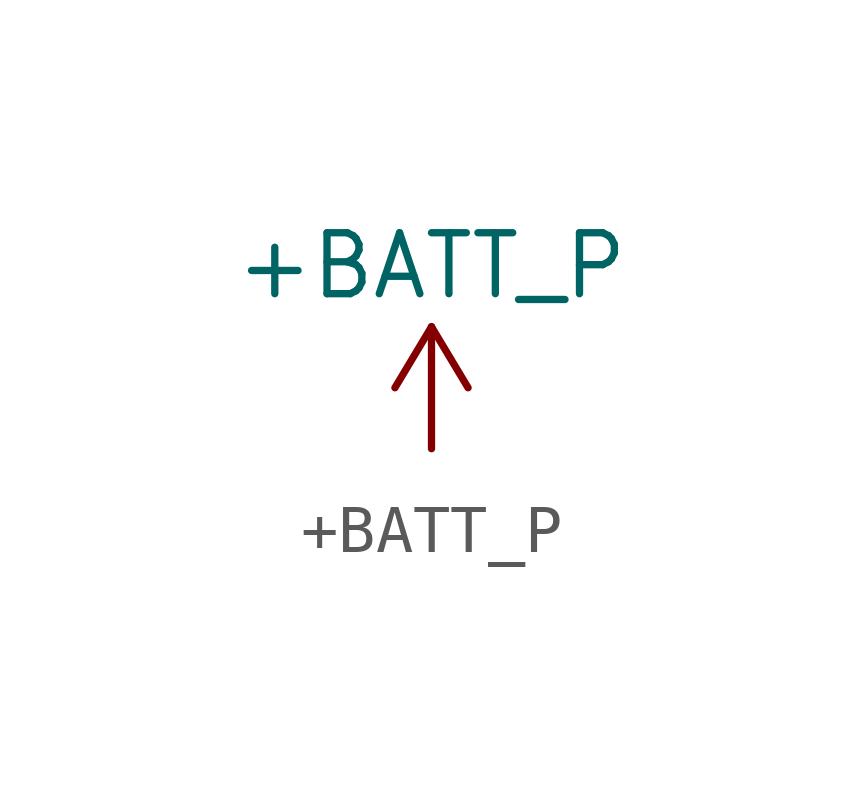
<source format=kicad_sym>
(kicad_symbol_lib
  (version 20231120)
  (generator "kicad_symbol_editor")
  (generator_version "8.0")
  (symbol "+BATT_P"
    (power)
    (property "Reference" "#PWR"
      (at 0 3.81 0)
      (effects (font (size 1.27 1.27)) (hide yes)))
    (property "Value" "+BATT_P"
      (at 0 1.27 0)
      (effects (font (size 1.27 1.27))))
    (symbol "+BATT_P_0_1"
      (polyline (pts (xy -0.762 -1.27) (xy 0 0)) (stroke (width 0) (type default)) (fill (type none)))
      (polyline (pts (xy 0 -2.54) (xy 0 0)) (stroke (width 0) (type default)) (fill (type none)))
      (polyline (pts (xy 0 0) (xy 0.762 -1.27)) (stroke (width 0) (type default)) (fill (type none))))
    (symbol "+BATT_P_1_1"
      (pin power_in line (at 0 -2.54 270) (length 0) hide (name "+BATT_P" (effects (font (size 1.27 1.27)))) (number "" (effects (font (size 1.27 1.27))))))))
</source>
